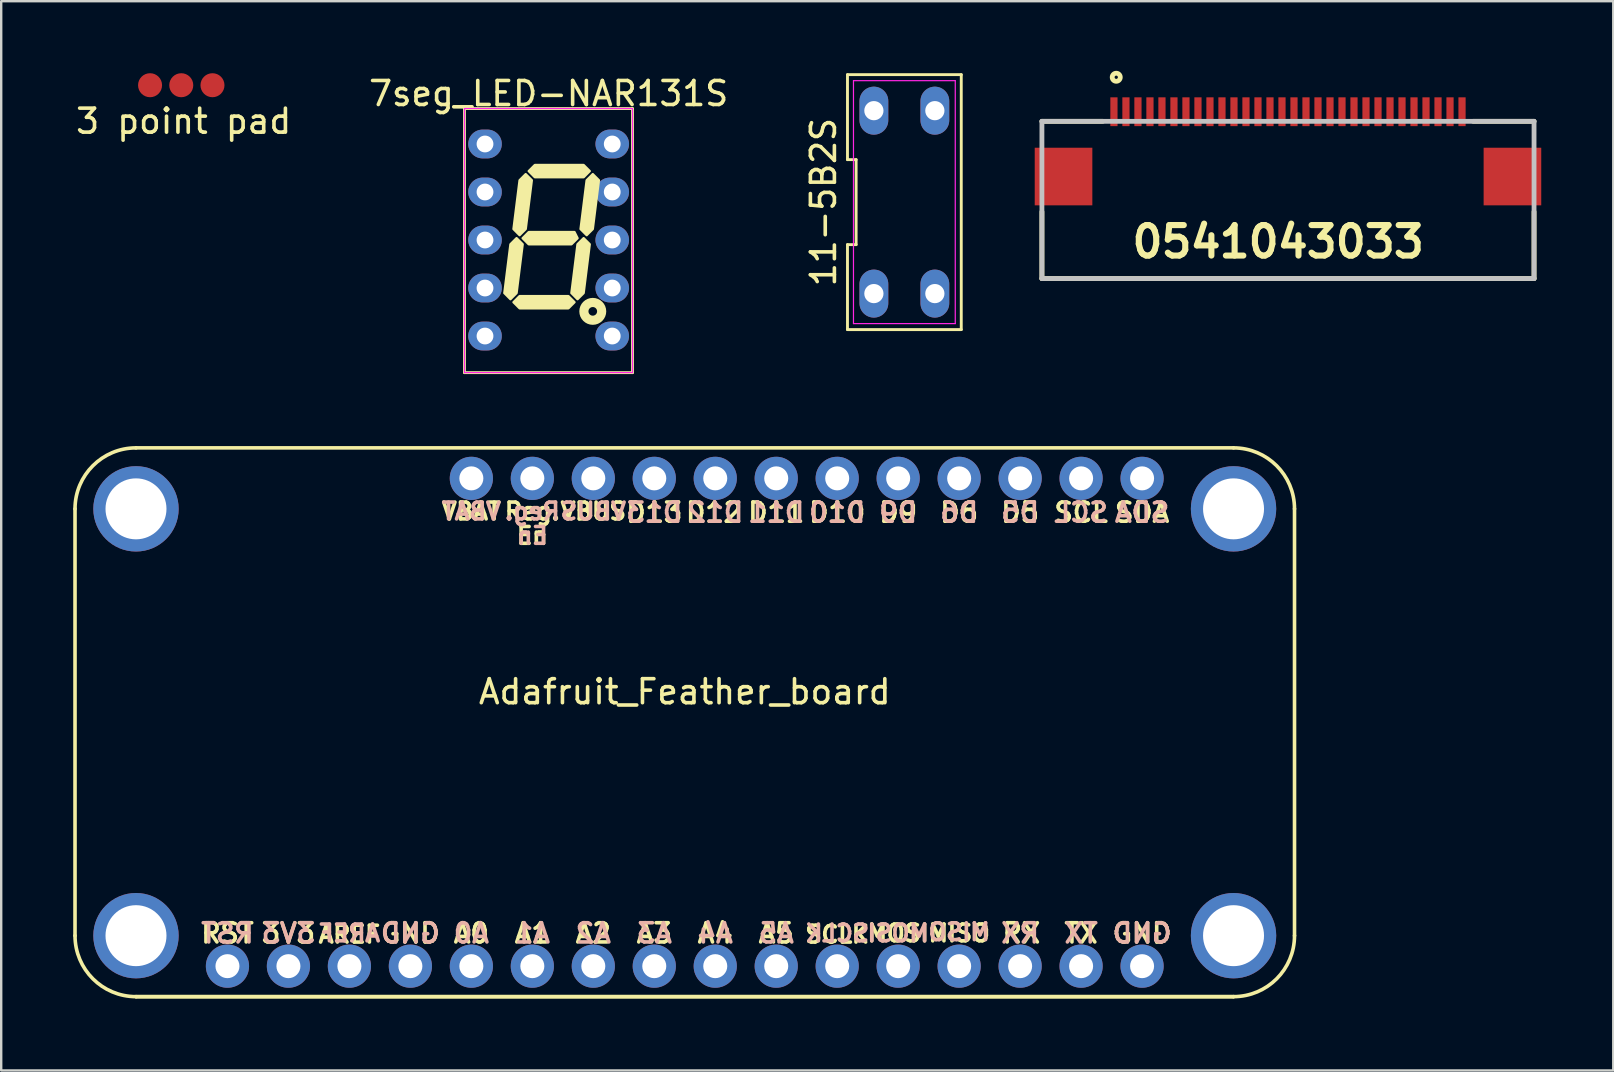
<source format=kicad_pcb>
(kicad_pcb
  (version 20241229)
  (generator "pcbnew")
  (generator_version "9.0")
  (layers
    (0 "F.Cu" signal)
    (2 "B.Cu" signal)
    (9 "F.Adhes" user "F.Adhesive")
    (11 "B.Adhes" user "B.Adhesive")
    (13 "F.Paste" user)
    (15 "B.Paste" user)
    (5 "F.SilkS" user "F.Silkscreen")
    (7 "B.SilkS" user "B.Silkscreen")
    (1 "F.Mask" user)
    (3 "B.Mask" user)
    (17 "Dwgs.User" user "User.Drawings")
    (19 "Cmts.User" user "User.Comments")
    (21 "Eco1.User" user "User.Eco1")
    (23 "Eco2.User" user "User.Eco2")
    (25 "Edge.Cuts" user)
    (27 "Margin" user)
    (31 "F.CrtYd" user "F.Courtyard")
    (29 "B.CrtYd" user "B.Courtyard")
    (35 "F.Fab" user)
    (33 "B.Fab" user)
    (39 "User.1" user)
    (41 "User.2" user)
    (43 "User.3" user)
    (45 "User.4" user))
  (footprint "0541043033"
    (layer "F.Cu")
    (at 50.603 2.004)
    (property "Reference" "0541043033" (at -0.409 5.017 0) (layer "F.SilkS") (effects (font (size 1.27 1.27) (thickness 0.254))))
    (attr smd)
    (fp_line (start -10.25 0) (end -7.717 0) (stroke (width 0.2) (type solid)) (layer "F.SilkS"))
    (fp_line (start -10.25 6.55) (end -10.25 3.766) (stroke (width 0.2) (type solid)) (layer "F.SilkS"))
    (fp_line (start -10.25 6.55) (end 10.25 6.55) (stroke (width 0.2) (type solid)) (layer "F.SilkS"))
    (fp_line (start 10.25 0) (end 7.717 0) (stroke (width 0.2) (type solid)) (layer "F.SilkS"))
    (fp_line (start 10.25 6.55) (end 10.25 3.766) (stroke (width 0.2) (type solid)) (layer "F.SilkS"))
    (fp_circle (center -7.154 -1.836) (end -7.154 -1.768) (stroke (width 0.2) (type solid)) (fill no) (layer "F.SilkS"))
    (fp_line (start -10.25 0) (end 10.25 0) (stroke (width 0.2) (type solid)) (layer "Dwgs.User"))
    (fp_line (start -10.25 6.55) (end -10.25 0) (stroke (width 0.2) (type solid)) (layer "Dwgs.User"))
    (fp_line (start 10.25 0) (end 10.25 6.55) (stroke (width 0.2) (type solid)) (layer "Dwgs.User"))
    (fp_line (start 10.25 6.55) (end -10.25 6.55) (stroke (width 0.2) (type solid)) (layer "Dwgs.User"))
    (pad "1" smd rect (at -7.25 -0.4) (size 0.3 1.2) (layers "F.Cu" "F.Paste"))
    (pad "2" smd rect (at -6.75 -0.4) (size 0.3 1.2) (layers "F.Cu" "F.Paste"))
    (pad "3" smd rect (at -6.25 -0.4) (size 0.3 1.2) (layers "F.Cu" "F.Paste"))
    (pad "4" smd rect (at -5.75 -0.4) (size 0.3 1.2) (layers "F.Cu" "F.Paste"))
    (pad "5" smd rect (at -5.25 -0.4) (size 0.3 1.2) (layers "F.Cu" "F.Paste"))
    (pad "6" smd rect (at -4.75 -0.4) (size 0.3 1.2) (layers "F.Cu" "F.Paste"))
    (pad "7" smd rect (at -4.25 -0.4) (size 0.3 1.2) (layers "F.Cu" "F.Paste"))
    (pad "8" smd rect (at -3.75 -0.4) (size 0.3 1.2) (layers "F.Cu" "F.Paste"))
    (pad "9" smd rect (at -3.25 -0.4) (size 0.3 1.2) (layers "F.Cu" "F.Paste"))
    (pad "10" smd rect (at -2.75 -0.4) (size 0.3 1.2) (layers "F.Cu" "F.Paste"))
    (pad "11" smd rect (at -2.25 -0.4) (size 0.3 1.2) (layers "F.Cu" "F.Paste"))
    (pad "12" smd rect (at -1.75 -0.4) (size 0.3 1.2) (layers "F.Cu" "F.Paste"))
    (pad "13" smd rect (at -1.25 -0.4) (size 0.3 1.2) (layers "F.Cu" "F.Paste"))
    (pad "14" smd rect (at -0.75 -0.4) (size 0.3 1.2) (layers "F.Cu" "F.Paste"))
    (pad "15" smd rect (at -0.25 -0.4) (size 0.3 1.2) (layers "F.Cu" "F.Paste"))
    (pad "16" smd rect (at 0.25 -0.4) (size 0.3 1.2) (layers "F.Cu" "F.Paste"))
    (pad "17" smd rect (at 0.75 -0.4) (size 0.3 1.2) (layers "F.Cu" "F.Paste"))
    (pad "18" smd rect (at 1.25 -0.4) (size 0.3 1.2) (layers "F.Cu" "F.Paste"))
    (pad "19" smd rect (at 1.75 -0.4) (size 0.3 1.2) (layers "F.Cu" "F.Paste"))
    (pad "20" smd rect (at 2.25 -0.4) (size 0.3 1.2) (layers "F.Cu" "F.Paste"))
    (pad "21" smd rect (at 2.75 -0.4) (size 0.3 1.2) (layers "F.Cu" "F.Paste"))
    (pad "22" smd rect (at 3.25 -0.4) (size 0.3 1.2) (layers "F.Cu" "F.Paste"))
    (pad "23" smd rect (at 3.75 -0.4) (size 0.3 1.2) (layers "F.Cu" "F.Paste"))
    (pad "24" smd rect (at 4.25 -0.4) (size 0.3 1.2) (layers "F.Cu" "F.Paste"))
    (pad "25" smd rect (at 4.75 -0.4) (size 0.3 1.2) (layers "F.Cu" "F.Paste"))
    (pad "26" smd rect (at 5.25 -0.4) (size 0.3 1.2) (layers "F.Cu" "F.Paste"))
    (pad "27" smd rect (at 5.75 -0.4) (size 0.3 1.2) (layers "F.Cu" "F.Paste"))
    (pad "28" smd rect (at 6.25 -0.4) (size 0.3 1.2) (layers "F.Cu" "F.Paste"))
    (pad "29" smd rect (at 6.75 -0.4) (size 0.3 1.2) (layers "F.Cu" "F.Paste"))
    (pad "30" smd rect (at 7.25 -0.4) (size 0.3 1.2) (layers "F.Cu" "F.Paste"))
    (pad "31" smd rect (at -9.35 2.3 90) (size 2.4 2.4) (layers "F.Cu" "F.Paste"))
    (pad "32" smd rect (at 9.35 2.3 90) (size 2.4 2.4) (layers "F.Cu" "F.Paste")))
  (footprint "11-5B2S"
    (layer "F.Cu")
    (at 34.623 5.37)
    (property "Reference" "11-5B2S" (at -3.37 0 90) (layer "F.SilkS") (effects (font (size 1 1) (thickness 0.15))))
    (attr through_hole)
    (fp_line (start -2.37 -1.77) (end -2.01 -1.77) (stroke (width 0.12) (type solid)) (layer "F.SilkS"))
    (fp_line (start -2.37 1.77) (end -2.37 5.31) (stroke (width 0.12) (type solid)) (layer "F.SilkS"))
    (fp_line (start -2.37 5.31) (end 2.37 5.31) (stroke (width 0.12) (type solid)) (layer "F.SilkS"))
    (fp_line (start -2.37 -5.31) (end -2.37 -1.77) (stroke (width 0.12) (type solid)) (layer "F.SilkS"))
    (fp_line (start -2.01 -1.77) (end -2.01 1.77) (stroke (width 0.12) (type solid)) (layer "F.SilkS"))
    (fp_line (start -2.01 1.77) (end -2.37 1.77) (stroke (width 0.12) (type solid)) (layer "F.SilkS"))
    (fp_line (start 2.37 5.31) (end 2.37 -5.31) (stroke (width 0.12) (type solid)) (layer "F.SilkS"))
    (fp_line (start 2.37 -5.31) (end -2.37 -5.31) (stroke (width 0.12) (type solid)) (layer "F.SilkS"))
    (fp_line (start -2.12 -5.06) (end 2.12 -5.06) (stroke (width 0.05) (type solid)) (layer "F.CrtYd"))
    (fp_line (start -2.12 5.06) (end -2.12 -5.06) (stroke (width 0.05) (type solid)) (layer "F.CrtYd"))
    (fp_line (start 2.12 -5.06) (end 2.12 5.06) (stroke (width 0.05) (type solid)) (layer "F.CrtYd"))
    (fp_line (start 2.12 5.06) (end -2.12 5.06) (stroke (width 0.05) (type solid)) (layer "F.CrtYd"))
    (pad "1" thru_hole oval (at -1.27 3.81) (size 1.2 2) (drill 0.8) (layers "*.Cu" "*.Mask"))
    (pad "2" thru_hole oval (at 1.27 3.81) (size 1.2 2) (drill 0.8) (layers "*.Cu" "*.Mask"))
    (pad "3" thru_hole oval (at 1.27 -3.81) (size 1.2 2) (drill 0.8) (layers "*.Cu" "*.Mask"))
    (pad "4" thru_hole oval (at -1.27 -3.81) (size 1.2 2) (drill 0.8) (layers "*.Cu" "*.Mask")))
  (footprint "3 point pad"
    (layer "F.Cu")
    (at 4.501 0.5)
    (property "Reference" "3 point pad" (at 0.1 1.5 0) (layer "F.SilkS") (effects (font (size 1 1) (thickness 0.15))))
    (attr through_hole)
    (pad "1" smd circle (at -1.3 0) (size 1 1) (layers "F.Cu" "F.Mask" "F.Paste"))
    (pad "2" smd circle (at 0 0) (size 1 1) (layers "F.Cu" "F.Mask" "F.Paste"))
    (pad "3" smd circle (at 1.3 0) (size 1 1) (layers "F.Cu" "F.Mask" "F.Paste")))
  (footprint "Adafruit_Feather_board"
    (layer "F.Cu")
    (at 25.475 27.037)
    (property "Reference" "Adafruit_Feather_board" (at 0 -1.27 0) (layer "F.SilkS") (effects (font (size 1 1) (thickness 0.15))))
    (attr through_hole)
    (fp_line (start -25.4 8.89) (end -25.4 -8.89) (stroke (width 0.15) (type solid)) (layer "F.SilkS"))
    (fp_line (start -22.86 -11.43) (end 22.86 -11.43) (stroke (width 0.15) (type solid)) (layer "F.SilkS"))
    (fp_line (start -22.86 11.43) (end 22.86 11.43) (stroke (width 0.15) (type solid)) (layer "F.SilkS"))
    (fp_line (start 22.86 11.43) (end -22.86 11.43) (stroke (width 0.15) (type solid)) (layer "F.SilkS"))
    (fp_line (start 25.4 -8.89) (end 25.4 8.89) (stroke (width 0.15) (type solid)) (layer "F.SilkS"))
    (fp_arc (start -25.4 -8.89) (mid -24.656051 -10.686051) (end -22.86 -11.43) (stroke (width 0.15) (type solid)) (layer "F.SilkS"))
    (fp_arc (start -22.86 11.43) (mid -24.656051 10.686051) (end -25.4 8.89) (stroke (width 0.15) (type solid)) (layer "F.SilkS"))
    (fp_arc (start 22.86 -11.43) (mid 24.656051 -10.686051) (end 25.4 -8.89) (stroke (width 0.15) (type solid)) (layer "F.SilkS"))
    (fp_arc (start 25.4 8.89) (mid 24.656051 10.686051) (end 22.86 11.43) (stroke (width 0.15) (type solid)) (layer "F.SilkS"))
    (fp_text user "A4" (at 1.27 8.788 0) (layer "F.SilkS") (effects (font (size 0.8 0.8) (thickness 0.15))))
    (fp_text user "RST" (at -19.05 8.788 0) (layer "F.SilkS") (effects (font (size 0.8 0.8) (thickness 0.15))))
    (fp_text user "A2" (at -3.81 8.788 0) (layer "F.SilkS") (effects (font (size 0.8 0.8) (thickness 0.15))))
    (fp_text user "RX" (at 14.021 8.788 0) (layer "F.SilkS") (effects (font (size 0.8 0.8) (thickness 0.15))))
    (fp_text user "SCL" (at 16.51 -8.738 0) (layer "F.SilkS") (effects (font (size 0.8 0.8) (thickness 0.15))))
    (fp_text user "A3" (at -1.27 8.788 0) (layer "F.SilkS") (effects (font (size 0.8 0.8) (thickness 0.15))))
    (fp_text user "MISO" (at 11.43 8.788 0) (layer "F.SilkS") (effects (font (size 0.7 0.7) (thickness 0.15))))
    (fp_text user "A1" (at -6.35 8.788 0) (layer "F.SilkS") (effects (font (size 0.8 0.8) (thickness 0.15))))
    (fp_text user "En" (at -6.35 -7.772 0) (layer "F.SilkS") (effects (font (size 0.7 0.7) (thickness 0.15))))
    (fp_text user "TX" (at 16.51 8.788 0) (layer "F.SilkS") (effects (font (size 0.8 0.8) (thickness 0.15))))
    (fp_text user "D9" (at 8.89 -8.738 0) (layer "F.SilkS") (effects (font (size 0.8 0.8) (thickness 0.15))))
    (fp_text user "D11" (at 3.81 -8.738 0) (layer "F.SilkS") (effects (font (size 0.8 0.8) (thickness 0.15))))
    (fp_text user "A0" (at -8.89 8.788 0) (layer "F.SilkS") (effects (font (size 0.8 0.8) (thickness 0.15))))
    (fp_text user "D6" (at 11.43 -8.738 0) (layer "F.SilkS") (effects (font (size 0.8 0.8) (thickness 0.15))))
    (fp_text user "GND" (at 19.05 8.788 0) (layer "F.SilkS") (effects (font (size 0.8 0.8) (thickness 0.15))))
    (fp_text user "SCLK" (at 6.35 8.839 0) (layer "F.SilkS") (effects (font (size 0.7 0.7) (thickness 0.15))))
    (fp_text user "3V3" (at -16.51 8.788 0) (layer "F.SilkS") (effects (font (size 0.8 0.8) (thickness 0.15))))
    (fp_text user "D12" (at 1.219 -8.738 0) (layer "F.SilkS") (effects (font (size 0.8 0.8) (thickness 0.15))))
    (fp_text user "GND" (at -11.43 8.788 0) (layer "F.SilkS") (effects (font (size 0.8 0.8) (thickness 0.15))))
    (fp_text user "Reg." (at -6.35 -8.788 0) (layer "F.SilkS") (effects (font (size 0.7 0.7) (thickness 0.15))))
    (fp_text user "D10" (at 6.35 -8.738 0) (layer "F.SilkS") (effects (font (size 0.8 0.8) (thickness 0.15))))
    (fp_text user "AREF" (at -13.97 8.839 0) (layer "F.SilkS") (effects (font (size 0.7 0.7) (thickness 0.15))))
    (fp_text user "A5" (at 3.81 8.788 0) (layer "F.SilkS") (effects (font (size 0.8 0.8) (thickness 0.15))))
    (fp_text user "D5" (at 13.97 -8.738 0) (layer "F.SilkS") (effects (font (size 0.8 0.8) (thickness 0.15))))
    (fp_text user "SDA" (at 19.05 -8.738 0) (layer "F.SilkS") (effects (font (size 0.8 0.8) (thickness 0.15))))
    (fp_text user "MOSI" (at 8.89 8.788 0) (layer "F.SilkS") (effects (font (size 0.7 0.7) (thickness 0.15))))
    (fp_text user "VBUS" (at -3.81 -8.788 0) (layer "F.SilkS") (effects (font (size 0.7 0.7) (thickness 0.15))))
    (fp_text user "VBAT" (at -8.89 -8.788 0) (layer "F.SilkS") (effects (font (size 0.7 0.7) (thickness 0.15))))
    (fp_text user "D13" (at -1.27 -8.738 0) (layer "F.SilkS") (effects (font (size 0.8 0.8) (thickness 0.15))))
    (fp_text user "D6" (at 11.43 -8.738 0) (layer "B.SilkS") (effects (font (size 0.8 0.8) (thickness 0.15)) (justify mirror)))
    (fp_text user "VBAT" (at -8.89 -8.788 0) (layer "B.SilkS") (effects (font (size 0.7 0.7) (thickness 0.15)) (justify mirror)))
    (fp_text user "MOSI" (at 8.89 8.788 0) (layer "B.SilkS") (effects (font (size 0.7 0.7) (thickness 0.15)) (justify mirror)))
    (fp_text user "D10" (at 6.35 -8.738 0) (layer "B.SilkS") (effects (font (size 0.8 0.8) (thickness 0.15)) (justify mirror)))
    (fp_text user "SDA" (at 19.05 -8.738 0) (layer "B.SilkS") (effects (font (size 0.8 0.8) (thickness 0.15)) (justify mirror)))
    (fp_text user "A5" (at 3.81 8.788 0) (layer "B.SilkS") (effects (font (size 0.8 0.8) (thickness 0.15)) (justify mirror)))
    (fp_text user "RST" (at -19.05 8.788 0) (layer "B.SilkS") (effects (font (size 0.8 0.8) (thickness 0.15)) (justify mirror)))
    (fp_text user "D12" (at 1.27 -8.738 0) (layer "B.SilkS") (effects (font (size 0.8 0.8) (thickness 0.15)) (justify mirror)))
    (fp_text user "TX" (at 16.51 8.788 0) (layer "B.SilkS") (effects (font (size 0.8 0.8) (thickness 0.15)) (justify mirror)))
    (fp_text user "GND" (at -11.43 8.788 0) (layer "B.SilkS") (effects (font (size 0.8 0.8) (thickness 0.15)) (justify mirror)))
    (fp_text user "MISO" (at 11.43 8.738 0) (layer "B.SilkS") (effects (font (size 0.7 0.7) (thickness 0.15)) (justify mirror)))
    (fp_text user "3V3" (at -16.51 8.788 0) (layer "B.SilkS") (effects (font (size 0.8 0.8) (thickness 0.15)) (justify mirror)))
    (fp_text user "RX" (at 13.97 8.788 0) (layer "B.SilkS") (effects (font (size 0.8 0.8) (thickness 0.15)) (justify mirror)))
    (fp_text user "SCL" (at 16.51 -8.738 0) (layer "B.SilkS") (effects (font (size 0.8 0.8) (thickness 0.15)) (justify mirror)))
    (fp_text user "D5" (at 13.97 -8.738 0) (layer "B.SilkS") (effects (font (size 0.8 0.8) (thickness 0.15)) (justify mirror)))
    (fp_text user "GND" (at 19.05 8.788 0) (layer "B.SilkS") (effects (font (size 0.8 0.8) (thickness 0.15)) (justify mirror)))
    (fp_text user "D11" (at 3.81 -8.738 0) (layer "B.SilkS") (effects (font (size 0.8 0.8) (thickness 0.15)) (justify mirror)))
    (fp_text user "VBUS" (at -3.81 -8.788 0) (layer "B.SilkS") (effects (font (size 0.7 0.7) (thickness 0.15)) (justify mirror)))
    (fp_text user "A1" (at -6.35 8.788 0) (layer "B.SilkS") (effects (font (size 0.8 0.8) (thickness 0.15)) (justify mirror)))
    (fp_text user "Reg." (at -6.35 -8.788 0) (layer "B.SilkS") (effects (font (size 0.7 0.7) (thickness 0.15)) (justify mirror)))
    (fp_text user "D13" (at -1.27 -8.738 0) (layer "B.SilkS") (effects (font (size 0.8 0.8) (thickness 0.15)) (justify mirror)))
    (fp_text user "A3" (at -1.27 8.788 0) (layer "B.SilkS") (effects (font (size 0.8 0.8) (thickness 0.15)) (justify mirror)))
    (fp_text user "En" (at -6.35 -7.772 0) (layer "B.SilkS") (effects (font (size 0.7 0.7) (thickness 0.15)) (justify mirror)))
    (fp_text user "A2" (at -3.81 8.788 0) (layer "B.SilkS") (effects (font (size 0.8 0.8) (thickness 0.15)) (justify mirror)))
    (fp_text user "A0" (at -8.89 8.788 0) (layer "B.SilkS") (effects (font (size 0.8 0.8) (thickness 0.15)) (justify mirror)))
    (fp_text user "AREF" (at -13.97 8.788 0) (layer "B.SilkS") (effects (font (size 0.7 0.7) (thickness 0.15)) (justify mirror)))
    (fp_text user "SCLK" (at 6.35 8.788 0) (layer "B.SilkS") (effects (font (size 0.7 0.7) (thickness 0.15)) (justify mirror)))
    (fp_text user "D9" (at 8.89 -8.738 0) (layer "B.SilkS") (effects (font (size 0.8 0.8) (thickness 0.15)) (justify mirror)))
    (fp_text user "A4" (at 1.27 8.788 0) (layer "B.SilkS") (effects (font (size 0.8 0.8) (thickness 0.15)) (justify mirror)))
    (pad "" thru_hole circle (at -22.86 -8.89) (size 3.556 3.556) (drill 2.54) (layers "*.Cu" "*.Mask"))
    (pad "" thru_hole circle (at -22.86 8.89) (size 3.556 3.556) (drill 2.54) (layers "*.Cu" "*.Mask"))
    (pad "" thru_hole circle (at 22.86 -8.89) (size 3.556 3.556) (drill 2.54) (layers "*.Cu" "*.Mask"))
    (pad "" thru_hole circle (at 22.86 8.89) (size 3.556 3.556) (drill 2.54) (layers "*.Cu" "*.Mask"))
    (pad "1" thru_hole circle (at -19.05 10.16) (size 1.8 1.8) (drill 1) (layers "*.Cu" "*.Mask"))
    (pad "2" thru_hole circle (at -16.51 10.16) (size 1.8 1.8) (drill 1) (layers "*.Cu" "*.Mask"))
    (pad "3" thru_hole circle (at -13.97 10.16) (size 1.8 1.8) (drill 1) (layers "*.Cu" "*.Mask"))
    (pad "4" thru_hole circle (at -11.43 10.16) (size 1.8 1.8) (drill 1) (layers "*.Cu" "*.Mask"))
    (pad "5" thru_hole circle (at -8.89 10.16) (size 1.8 1.8) (drill 1) (layers "*.Cu" "*.Mask"))
    (pad "6" thru_hole circle (at -6.35 10.16) (size 1.8 1.8) (drill 1) (layers "*.Cu" "*.Mask"))
    (pad "7" thru_hole circle (at -3.81 10.16) (size 1.8 1.8) (drill 1) (layers "*.Cu" "*.Mask"))
    (pad "8" thru_hole circle (at -1.27 10.16) (size 1.8 1.8) (drill 1) (layers "*.Cu" "*.Mask"))
    (pad "9" thru_hole circle (at 1.27 10.16) (size 1.8 1.8) (drill 1) (layers "*.Cu" "*.Mask"))
    (pad "10" thru_hole circle (at 3.81 10.16) (size 1.8 1.8) (drill 1) (layers "*.Cu" "*.Mask"))
    (pad "11" thru_hole circle (at 6.35 10.16) (size 1.8 1.8) (drill 1) (layers "*.Cu" "*.Mask"))
    (pad "12" thru_hole circle (at 8.89 10.16) (size 1.8 1.8) (drill 1) (layers "*.Cu" "*.Mask"))
    (pad "13" thru_hole circle (at 11.43 10.16) (size 1.8 1.8) (drill 1) (layers "*.Cu" "*.Mask"))
    (pad "14" thru_hole circle (at 13.97 10.16) (size 1.8 1.8) (drill 1) (layers "*.Cu" "*.Mask"))
    (pad "15" thru_hole circle (at 16.51 10.16) (size 1.8 1.8) (drill 1) (layers "*.Cu" "*.Mask"))
    (pad "16" thru_hole circle (at 19.05 10.16) (size 1.8 1.8) (drill 1) (layers "*.Cu" "*.Mask"))
    (pad "17" thru_hole circle (at 19.05 -10.16) (size 1.8 1.8) (drill 1) (layers "*.Cu" "*.Mask"))
    (pad "18" thru_hole circle (at 16.51 -10.16) (size 1.8 1.8) (drill 1) (layers "*.Cu" "*.Mask"))
    (pad "19" thru_hole circle (at 13.97 -10.16) (size 1.8 1.8) (drill 1) (layers "*.Cu" "*.Mask"))
    (pad "20" thru_hole circle (at 11.43 -10.16) (size 1.8 1.8) (drill 1) (layers "*.Cu" "*.Mask"))
    (pad "21" thru_hole circle (at 8.89 -10.16) (size 1.8 1.8) (drill 1) (layers "*.Cu" "*.Mask"))
    (pad "22" thru_hole circle (at 6.35 -10.16) (size 1.8 1.8) (drill 1) (layers "*.Cu" "*.Mask"))
    (pad "23" thru_hole circle (at 3.81 -10.16) (size 1.8 1.8) (drill 1) (layers "*.Cu" "*.Mask"))
    (pad "24" thru_hole circle (at 1.27 -10.16) (size 1.8 1.8) (drill 1) (layers "*.Cu" "*.Mask"))
    (pad "25" thru_hole circle (at -1.27 -10.16) (size 1.8 1.8) (drill 1) (layers "*.Cu" "*.Mask"))
    (pad "26" thru_hole circle (at -3.81 -10.16) (size 1.8 1.8) (drill 1) (layers "*.Cu" "*.Mask"))
    (pad "27" thru_hole circle (at -6.35 -10.16) (size 1.8 1.8) (drill 1) (layers "*.Cu" "*.Mask"))
    (pad "28" thru_hole circle (at -8.89 -10.16) (size 1.8 1.8) (drill 1) (layers "*.Cu" "*.Mask")))
  (footprint "7seg_LED-NAR131S"
    (layer "F.Cu")
    (at 19.798 6.972)
    (property "Reference" "7seg_LED-NAR131S" (at 0.006 -6.124 0) (layer "F.SilkS") (effects (font (size 1 1) (thickness 0.15))))
    (attr through_hole)
    (fp_line (start -3.5 -5.5) (end 3.5 -5.5) (stroke (width 0.12) (type solid)) (layer "F.SilkS"))
    (fp_line (start -3.5 5.5) (end -3.5 -5.5) (stroke (width 0.12) (type solid)) (layer "F.SilkS"))
    (fp_line (start 3.5 -5.5) (end 3.5 5.5) (stroke (width 0.12) (type solid)) (layer "F.SilkS"))
    (fp_line (start 3.5 5.5) (end -3.5 5.5) (stroke (width 0.12) (type solid)) (layer "F.SilkS"))
    (fp_circle (center 1.845 2.948) (end 2.025 2.948) (stroke (width 0.381) (type solid)) (fill no) (layer "F.SilkS"))
    (fp_poly (pts (xy -1.584 2.44) (xy -1.838 2.186) (xy -1.584 0.154) (xy -1.33 -0.1) (xy -1.076 0.154) (xy -1.33 2.186)) (stroke (width 0.1) (type solid)) (fill yes) (layer "F.SilkS"))
    (fp_poly (pts (xy -1.203 -0.227) (xy -1.457 -0.481) (xy -1.203 -2.513) (xy -0.949 -2.767) (xy -0.695 -2.513) (xy -0.949 -0.481)) (stroke (width 0.1) (type solid)) (fill yes) (layer "F.SilkS"))
    (fp_poly (pts (xy 1.083 2.567) (xy 0.829 2.821) (xy -1.203 2.821) (xy -1.457 2.567) (xy -1.203 2.313) (xy 0.829 2.313)) (stroke (width 0.1) (type solid)) (fill yes) (layer "F.SilkS"))
    (fp_poly (pts (xy 1.21 -0.1) (xy 0.956 0.154) (xy -0.822 0.154) (xy -1.076 -0.1) (xy -0.822 -0.354) (xy 1.083 -0.354)) (stroke (width 0.1) (type solid)) (fill yes) (layer "F.SilkS"))
    (fp_poly (pts (xy 1.21 2.44) (xy 0.956 2.186) (xy 1.21 0.154) (xy 1.464 -0.1) (xy 1.718 0.154) (xy 1.464 2.186)) (stroke (width 0.1) (type solid)) (fill yes) (layer "F.SilkS"))
    (fp_poly (pts (xy 1.591 -0.227) (xy 1.337 -0.481) (xy 1.591 -2.513) (xy 1.845 -2.767) (xy 2.099 -2.513) (xy 1.845 -0.481)) (stroke (width 0.1) (type solid)) (fill yes) (layer "F.SilkS"))
    (fp_poly (pts (xy 1.718 -2.894) (xy 1.464 -2.64) (xy -0.568 -2.64) (xy -0.822 -2.894) (xy -0.568 -3.148) (xy 1.464 -3.148)) (stroke (width 0.1) (type solid)) (fill yes) (layer "F.SilkS"))
    (fp_line (start -3.5 -5.5) (end 3.5 -5.5) (stroke (width 0.05) (type solid)) (layer "F.CrtYd"))
    (fp_line (start -3.5 5.5) (end -3.5 -5.5) (stroke (width 0.05) (type solid)) (layer "F.CrtYd"))
    (fp_line (start 3.5 -5.5) (end 3.5 5.5) (stroke (width 0.05) (type solid)) (layer "F.CrtYd"))
    (fp_line (start 3.5 5.5) (end -3.5 5.5) (stroke (width 0.05) (type solid)) (layer "F.CrtYd"))
    (pad "1" thru_hole oval (at -2.644 -4.024 270) (size 1.2 1.4) (drill 0.7) (layers "*.Cu" "*.Mask"))
    (pad "2" thru_hole oval (at -2.644 -2.024 270) (size 1.2 1.4) (drill 0.7) (layers "*.Cu" "*.Mask"))
    (pad "3" thru_hole oval (at -2.644 -0.024 270) (size 1.2 1.4) (drill 0.7) (layers "*.Cu" "*.Mask"))
    (pad "4" thru_hole oval (at -2.644 1.976 270) (size 1.2 1.4) (drill 0.7) (layers "*.Cu" "*.Mask"))
    (pad "5" thru_hole oval (at -2.644 3.976 270) (size 1.2 1.4) (drill 0.7) (layers "*.Cu" "*.Mask"))
    (pad "6" thru_hole oval (at 2.656 3.976 270) (size 1.2 1.4) (drill 0.7) (layers "*.Cu" "*.Mask"))
    (pad "7" thru_hole oval (at 2.656 1.976 270) (size 1.2 1.4) (drill 0.7) (layers "*.Cu" "*.Mask"))
    (pad "8" thru_hole oval (at 2.656 -0.024 270) (size 1.2 1.4) (drill 0.7) (layers "*.Cu" "*.Mask"))
    (pad "9" thru_hole oval (at 2.656 -2.024 270) (size 1.2 1.4) (drill 0.7) (layers "*.Cu" "*.Mask"))
    (pad "10" thru_hole oval (at 2.656 -4.024 270) (size 1.2 1.4) (drill 0.7) (layers "*.Cu" "*.Mask")))
  (gr_rect
    (start -3 -3)
    (end 64.153 41.542)
    (stroke (width 0.1) (type default))
    (fill no)
    (layer "Edge.Cuts")))
</source>
